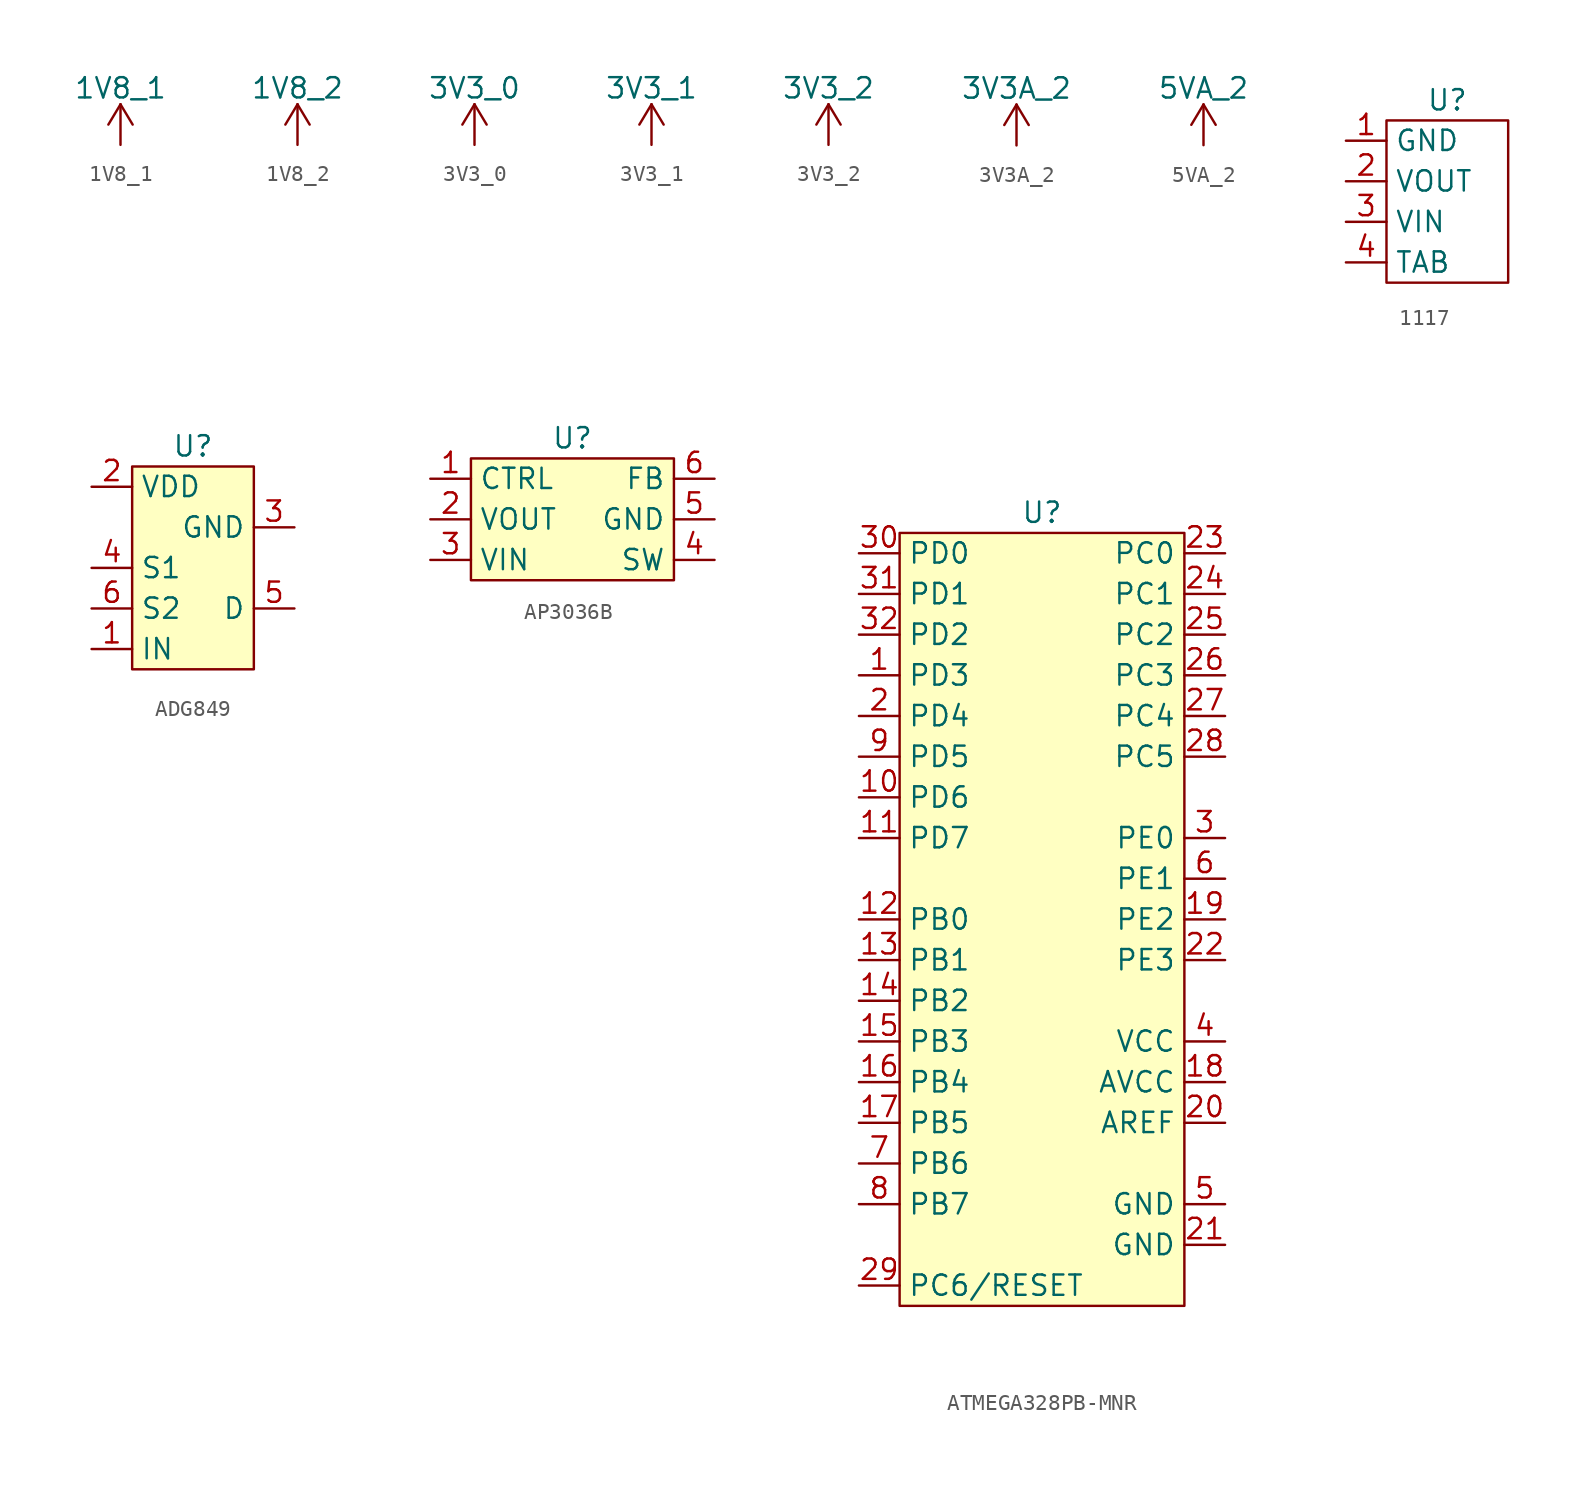
<source format=kicad_sym>
(kicad_symbol_lib
  (version 20220914)
  (generator kicad_symbol_editor)
  (symbol "1V8_1"
    (power)
    (pin_names
      (offset 0))
    (property "Reference" "#PWR"
      (at 0 -3.81 0)
      (effects (font (size 1.27 1.27)) hide))
    (property "Value" "1V8_1"
      (at 0 3.556 0)
      (effects (font (size 1.27 1.27))))
    (symbol "1V8_1_0_1"
      (polyline (pts (xy -0.762 1.27) (xy 0 2.54)) (stroke (width 0) (type default)) (fill (type none)))
      (polyline (pts (xy 0 0) (xy 0 2.54)) (stroke (width 0) (type default)) (fill (type none)))
      (polyline (pts (xy 0 2.54) (xy 0.762 1.27)) (stroke (width 0) (type default)) (fill (type none))))
    (symbol "1V8_1_1_1"
      (pin power_in line (at 0 0 90) (length 0) hide (name "1V8_1" (effects (font (size 1.27 1.27)))) (number "1" (effects (font (size 1.27 1.27)))))))
  (symbol "1V8_2"
    (power)
    (pin_names
      (offset 0))
    (property "Reference" "#PWR"
      (at 0 -3.81 0)
      (effects (font (size 1.27 1.27)) hide))
    (property "Value" "1V8_2"
      (at 0 3.556 0)
      (effects (font (size 1.27 1.27))))
    (symbol "1V8_2_0_1"
      (polyline (pts (xy -0.762 1.27) (xy 0 2.54)) (stroke (width 0) (type default)) (fill (type none)))
      (polyline (pts (xy 0 0) (xy 0 2.54)) (stroke (width 0) (type default)) (fill (type none)))
      (polyline (pts (xy 0 2.54) (xy 0.762 1.27)) (stroke (width 0) (type default)) (fill (type none))))
    (symbol "1V8_2_1_1"
      (pin power_in line (at 0 0 90) (length 0) hide (name "1V8_2" (effects (font (size 1.27 1.27)))) (number "1" (effects (font (size 1.27 1.27)))))))
  (symbol "3V3_0"
    (power)
    (pin_names
      (offset 0))
    (property "Reference" "#PWR"
      (at 0 -3.81 0)
      (effects (font (size 1.27 1.27)) hide))
    (property "Value" "3V3_0"
      (at 0 3.556 0)
      (effects (font (size 1.27 1.27))))
    (symbol "3V3_0_0_1"
      (polyline (pts (xy -0.762 1.27) (xy 0 2.54)) (stroke (width 0) (type default)) (fill (type none)))
      (polyline (pts (xy 0 0) (xy 0 2.54)) (stroke (width 0) (type default)) (fill (type none)))
      (polyline (pts (xy 0 2.54) (xy 0.762 1.27)) (stroke (width 0) (type default)) (fill (type none))))
    (symbol "3V3_0_1_1"
      (pin power_in line (at 0 0 90) (length 0) hide (name "3V3_0" (effects (font (size 1.27 1.27)))) (number "1" (effects (font (size 1.27 1.27)))))))
  (symbol "3V3_1"
    (power)
    (pin_names
      (offset 0))
    (property "Reference" "#PWR"
      (at 0 -3.81 0)
      (effects (font (size 1.27 1.27)) hide))
    (property "Value" "3V3_1"
      (at 0 3.556 0)
      (effects (font (size 1.27 1.27))))
    (symbol "3V3_1_0_1"
      (polyline (pts (xy -0.762 1.27) (xy 0 2.54)) (stroke (width 0) (type default)) (fill (type none)))
      (polyline (pts (xy 0 0) (xy 0 2.54)) (stroke (width 0) (type default)) (fill (type none)))
      (polyline (pts (xy 0 2.54) (xy 0.762 1.27)) (stroke (width 0) (type default)) (fill (type none))))
    (symbol "3V3_1_1_1"
      (pin power_in line (at 0 0 90) (length 0) hide (name "3V3_1" (effects (font (size 1.27 1.27)))) (number "1" (effects (font (size 1.27 1.27)))))))
  (symbol "3V3_2"
    (power)
    (pin_names
      (offset 0))
    (property "Reference" "#PWR"
      (at 0 -3.81 0)
      (effects (font (size 1.27 1.27)) hide))
    (property "Value" "3V3_2"
      (at 0 3.556 0)
      (effects (font (size 1.27 1.27))))
    (symbol "3V3_2_0_1"
      (polyline (pts (xy -0.762 1.27) (xy 0 2.54)) (stroke (width 0) (type default)) (fill (type none)))
      (polyline (pts (xy 0 0) (xy 0 2.54)) (stroke (width 0) (type default)) (fill (type none)))
      (polyline (pts (xy 0 2.54) (xy 0.762 1.27)) (stroke (width 0) (type default)) (fill (type none))))
    (symbol "3V3_2_1_1"
      (pin power_in line (at 0 0 90) (length 0) hide (name "3V3_2" (effects (font (size 1.27 1.27)))) (number "1" (effects (font (size 1.27 1.27)))))))
  (symbol "3V3A_2"
    (power)
    (pin_names
      (offset 0))
    (property "Reference" "#PWR"
      (at 0 -3.81 0)
      (effects (font (size 1.27 1.27)) hide))
    (property "Value" "3V3A_2"
      (at 0 3.556 0)
      (effects (font (size 1.27 1.27))))
    (symbol "3V3A_2_0_1"
      (polyline (pts (xy -0.762 1.27) (xy 0 2.54)) (stroke (width 0) (type default)) (fill (type none)))
      (polyline (pts (xy 0 0) (xy 0 2.54)) (stroke (width 0) (type default)) (fill (type none)))
      (polyline (pts (xy 0 2.54) (xy 0.762 1.27)) (stroke (width 0) (type default)) (fill (type none))))
    (symbol "3V3A_2_1_1"
      (pin power_in line (at 0 0 90) (length 0) hide (name "3V3A_2" (effects (font (size 1.27 1.27)))) (number "1" (effects (font (size 1.27 1.27)))))))
  (symbol "5VA_2"
    (power)
    (pin_names
      (offset 0))
    (property "Reference" "#PWR"
      (at 0 -3.81 0)
      (effects (font (size 1.27 1.27)) hide))
    (property "Value" "5VA_2"
      (at 0 3.556 0)
      (effects (font (size 1.27 1.27))))
    (symbol "5VA_2_0_1"
      (polyline (pts (xy -0.762 1.27) (xy 0 2.54)) (stroke (width 0) (type default)) (fill (type none)))
      (polyline (pts (xy 0 0) (xy 0 2.54)) (stroke (width 0) (type default)) (fill (type none)))
      (polyline (pts (xy 0 2.54) (xy 0.762 1.27)) (stroke (width 0) (type default)) (fill (type none))))
    (symbol "5VA_2_1_1"
      (pin power_in line (at 0 0 90) (length 0) hide (name "5VA_2" (effects (font (size 1.27 1.27)))) (number "1" (effects (font (size 1.27 1.27)))))))
  (symbol "1117"
    (property "Reference" "U"
      (at 0 6.35 0)
      (effects (font (size 1.27 1.27))))
    (property "Value" ""
      (at -6.35 5.08 0)
      (effects (font (size 1.27 1.27))))
    (symbol "1117_0_1"
      (rectangle (start -3.81 5.08) (end 3.81 -5.08) (stroke (width 0) (type default)) (fill (type none))))
    (symbol "1117_1_1"
      (pin power_in line (at -6.35 3.81 0) (length 2.54) (name "GND" (effects (font (size 1.27 1.27)))) (number "1" (effects (font (size 1.27 1.27)))))
      (pin power_out line (at -6.35 1.27 0) (length 2.54) (name "VOUT" (effects (font (size 1.27 1.27)))) (number "2" (effects (font (size 1.27 1.27)))))
      (pin power_in line (at -6.35 -1.27 0) (length 2.54) (name "VIN" (effects (font (size 1.27 1.27)))) (number "3" (effects (font (size 1.27 1.27)))))
      (pin power_out line (at -6.35 -3.81 0) (length 2.54) (name "TAB" (effects (font (size 1.27 1.27)))) (number "4" (effects (font (size 1.27 1.27)))))))
  (symbol "ADG849"
    (property "Reference" "U"
      (at 0 7.62 0)
      (effects (font (size 1.27 1.27))))
    (property "Value" ""
      (at -6.35 7.62 0)
      (effects (font (size 1.27 1.27))))
    (symbol "ADG849_1_1"
      (rectangle (start -3.81 6.35) (end 3.81 -6.35) (stroke (width 0) (type default)) (fill (type background)))
      (pin input line (at -6.35 -5.08 0) (length 2.54) (name "IN" (effects (font (size 1.27 1.27)))) (number "1" (effects (font (size 1.27 1.27)))))
      (pin power_in line (at -6.35 5.08 0) (length 2.54) (name "VDD" (effects (font (size 1.27 1.27)))) (number "2" (effects (font (size 1.27 1.27)))))
      (pin power_in line (at 6.35 2.54 180) (length 2.54) (name "GND" (effects (font (size 1.27 1.27)))) (number "3" (effects (font (size 1.27 1.27)))))
      (pin bidirectional line (at -6.35 0 0) (length 2.54) (name "S1" (effects (font (size 1.27 1.27)))) (number "4" (effects (font (size 1.27 1.27)))))
      (pin bidirectional line (at 6.35 -2.54 180) (length 2.54) (name "D" (effects (font (size 1.27 1.27)))) (number "5" (effects (font (size 1.27 1.27)))))
      (pin bidirectional line (at -6.35 -2.54 0) (length 2.54) (name "S2" (effects (font (size 1.27 1.27)))) (number "6" (effects (font (size 1.27 1.27)))))))
  (symbol "AP3036B"
    (property "Reference" "U"
      (at 0 5.08 0)
      (effects (font (size 1.27 1.27))))
    (property "Value" ""
      (at -9.525 2.54 0)
      (effects (font (size 1.27 1.27))))
    (symbol "AP3036B_1_1"
      (rectangle (start -6.35 3.81) (end 6.35 -3.81) (stroke (width 0) (type default)) (fill (type background)))
      (pin input line (at -8.89 2.54 0) (length 2.54) (name "CTRL" (effects (font (size 1.27 1.27)))) (number "1" (effects (font (size 1.27 1.27)))))
      (pin input line (at -8.89 0 0) (length 2.54) (name "VOUT" (effects (font (size 1.27 1.27)))) (number "2" (effects (font (size 1.27 1.27)))))
      (pin input line (at -8.89 -2.54 0) (length 2.54) (name "VIN" (effects (font (size 1.27 1.27)))) (number "3" (effects (font (size 1.27 1.27)))))
      (pin input line (at 8.89 -2.54 180) (length 2.54) (name "SW" (effects (font (size 1.27 1.27)))) (number "4" (effects (font (size 1.27 1.27)))))
      (pin input line (at 8.89 0 180) (length 2.54) (name "GND" (effects (font (size 1.27 1.27)))) (number "5" (effects (font (size 1.27 1.27)))))
      (pin input line (at 8.89 2.54 180) (length 2.54) (name "FB" (effects (font (size 1.27 1.27)))) (number "6" (effects (font (size 1.27 1.27)))))))
  (symbol "ATMEGA328PB-MNR"
    (property "Reference" "U"
      (at 0 25.4 0)
      (effects (font (size 1.27 1.27))))
    (property "Value" ""
      (at 2.54 26.67 0)
      (effects (font (size 1.27 1.27))))
    (symbol "ATMEGA328PB-MNR_1_1"
      (rectangle (start -8.89 24.13) (end 8.89 -24.13) (stroke (width 0) (type default)) (fill (type background)))
      (pin bidirectional line (at -11.43 15.24 0) (length 2.54) (name "PD3" (effects (font (size 1.27 1.27)))) (number "1" (effects (font (size 1.27 1.27)))))
      (pin bidirectional line (at -11.43 7.62 0) (length 2.54) (name "PD6" (effects (font (size 1.27 1.27)))) (number "10" (effects (font (size 1.27 1.27)))))
      (pin bidirectional line (at -11.43 5.08 0) (length 2.54) (name "PD7" (effects (font (size 1.27 1.27)))) (number "11" (effects (font (size 1.27 1.27)))))
      (pin bidirectional line (at -11.43 0 0) (length 2.54) (name "PB0" (effects (font (size 1.27 1.27)))) (number "12" (effects (font (size 1.27 1.27)))))
      (pin bidirectional line (at -11.43 -2.54 0) (length 2.54) (name "PB1" (effects (font (size 1.27 1.27)))) (number "13" (effects (font (size 1.27 1.27)))))
      (pin bidirectional line (at -11.43 -5.08 0) (length 2.54) (name "PB2" (effects (font (size 1.27 1.27)))) (number "14" (effects (font (size 1.27 1.27)))))
      (pin bidirectional line (at -11.43 -7.62 0) (length 2.54) (name "PB3" (effects (font (size 1.27 1.27)))) (number "15" (effects (font (size 1.27 1.27)))))
      (pin bidirectional line (at -11.43 -10.16 0) (length 2.54) (name "PB4" (effects (font (size 1.27 1.27)))) (number "16" (effects (font (size 1.27 1.27)))))
      (pin bidirectional line (at -11.43 -12.7 0) (length 2.54) (name "PB5" (effects (font (size 1.27 1.27)))) (number "17" (effects (font (size 1.27 1.27)))))
      (pin power_in line (at 11.43 -10.16 180) (length 2.54) (name "AVCC" (effects (font (size 1.27 1.27)))) (number "18" (effects (font (size 1.27 1.27)))))
      (pin bidirectional line (at 11.43 0 180) (length 2.54) (name "PE2" (effects (font (size 1.27 1.27)))) (number "19" (effects (font (size 1.27 1.27)))))
      (pin bidirectional line (at -11.43 12.7 0) (length 2.54) (name "PD4" (effects (font (size 1.27 1.27)))) (number "2" (effects (font (size 1.27 1.27)))))
      (pin input line (at 11.43 -12.7 180) (length 2.54) (name "AREF" (effects (font (size 1.27 1.27)))) (number "20" (effects (font (size 1.27 1.27)))))
      (pin power_in line (at 11.43 -20.32 180) (length 2.54) (name "GND" (effects (font (size 1.27 1.27)))) (number "21" (effects (font (size 1.27 1.27)))))
      (pin bidirectional line (at 11.43 -2.54 180) (length 2.54) (name "PE3" (effects (font (size 1.27 1.27)))) (number "22" (effects (font (size 1.27 1.27)))))
      (pin bidirectional line (at 11.43 22.86 180) (length 2.54) (name "PC0" (effects (font (size 1.27 1.27)))) (number "23" (effects (font (size 1.27 1.27)))))
      (pin bidirectional line (at 11.43 20.32 180) (length 2.54) (name "PC1" (effects (font (size 1.27 1.27)))) (number "24" (effects (font (size 1.27 1.27)))))
      (pin bidirectional line (at 11.43 17.78 180) (length 2.54) (name "PC2" (effects (font (size 1.27 1.27)))) (number "25" (effects (font (size 1.27 1.27)))))
      (pin bidirectional line (at 11.43 15.24 180) (length 2.54) (name "PC3" (effects (font (size 1.27 1.27)))) (number "26" (effects (font (size 1.27 1.27)))))
      (pin bidirectional line (at 11.43 12.7 180) (length 2.54) (name "PC4" (effects (font (size 1.27 1.27)))) (number "27" (effects (font (size 1.27 1.27)))))
      (pin bidirectional line (at 11.43 10.16 180) (length 2.54) (name "PC5" (effects (font (size 1.27 1.27)))) (number "28" (effects (font (size 1.27 1.27)))))
      (pin bidirectional line (at -11.43 -22.86 0) (length 2.54) (name "PC6/RESET" (effects (font (size 1.27 1.27)))) (number "29" (effects (font (size 1.27 1.27)))))
      (pin bidirectional line (at 11.43 5.08 180) (length 2.54) (name "PE0" (effects (font (size 1.27 1.27)))) (number "3" (effects (font (size 1.27 1.27)))))
      (pin bidirectional line (at -11.43 22.86 0) (length 2.54) (name "PD0" (effects (font (size 1.27 1.27)))) (number "30" (effects (font (size 1.27 1.27)))))
      (pin bidirectional line (at -11.43 20.32 0) (length 2.54) (name "PD1" (effects (font (size 1.27 1.27)))) (number "31" (effects (font (size 1.27 1.27)))))
      (pin bidirectional line (at -11.43 17.78 0) (length 2.54) (name "PD2" (effects (font (size 1.27 1.27)))) (number "32" (effects (font (size 1.27 1.27)))))
      (pin power_in line (at 11.43 -7.62 180) (length 2.54) (name "VCC" (effects (font (size 1.27 1.27)))) (number "4" (effects (font (size 1.27 1.27)))))
      (pin power_in line (at 11.43 -17.78 180) (length 2.54) (name "GND" (effects (font (size 1.27 1.27)))) (number "5" (effects (font (size 1.27 1.27)))))
      (pin bidirectional line (at 11.43 2.54 180) (length 2.54) (name "PE1" (effects (font (size 1.27 1.27)))) (number "6" (effects (font (size 1.27 1.27)))))
      (pin bidirectional line (at -11.43 -15.24 0) (length 2.54) (name "PB6" (effects (font (size 1.27 1.27)))) (number "7" (effects (font (size 1.27 1.27)))))
      (pin bidirectional line (at -11.43 -17.78 0) (length 2.54) (name "PB7" (effects (font (size 1.27 1.27)))) (number "8" (effects (font (size 1.27 1.27)))))
      (pin bidirectional line (at -11.43 10.16 0) (length 2.54) (name "PD5" (effects (font (size 1.27 1.27)))) (number "9" (effects (font (size 1.27 1.27))))))))
</source>
